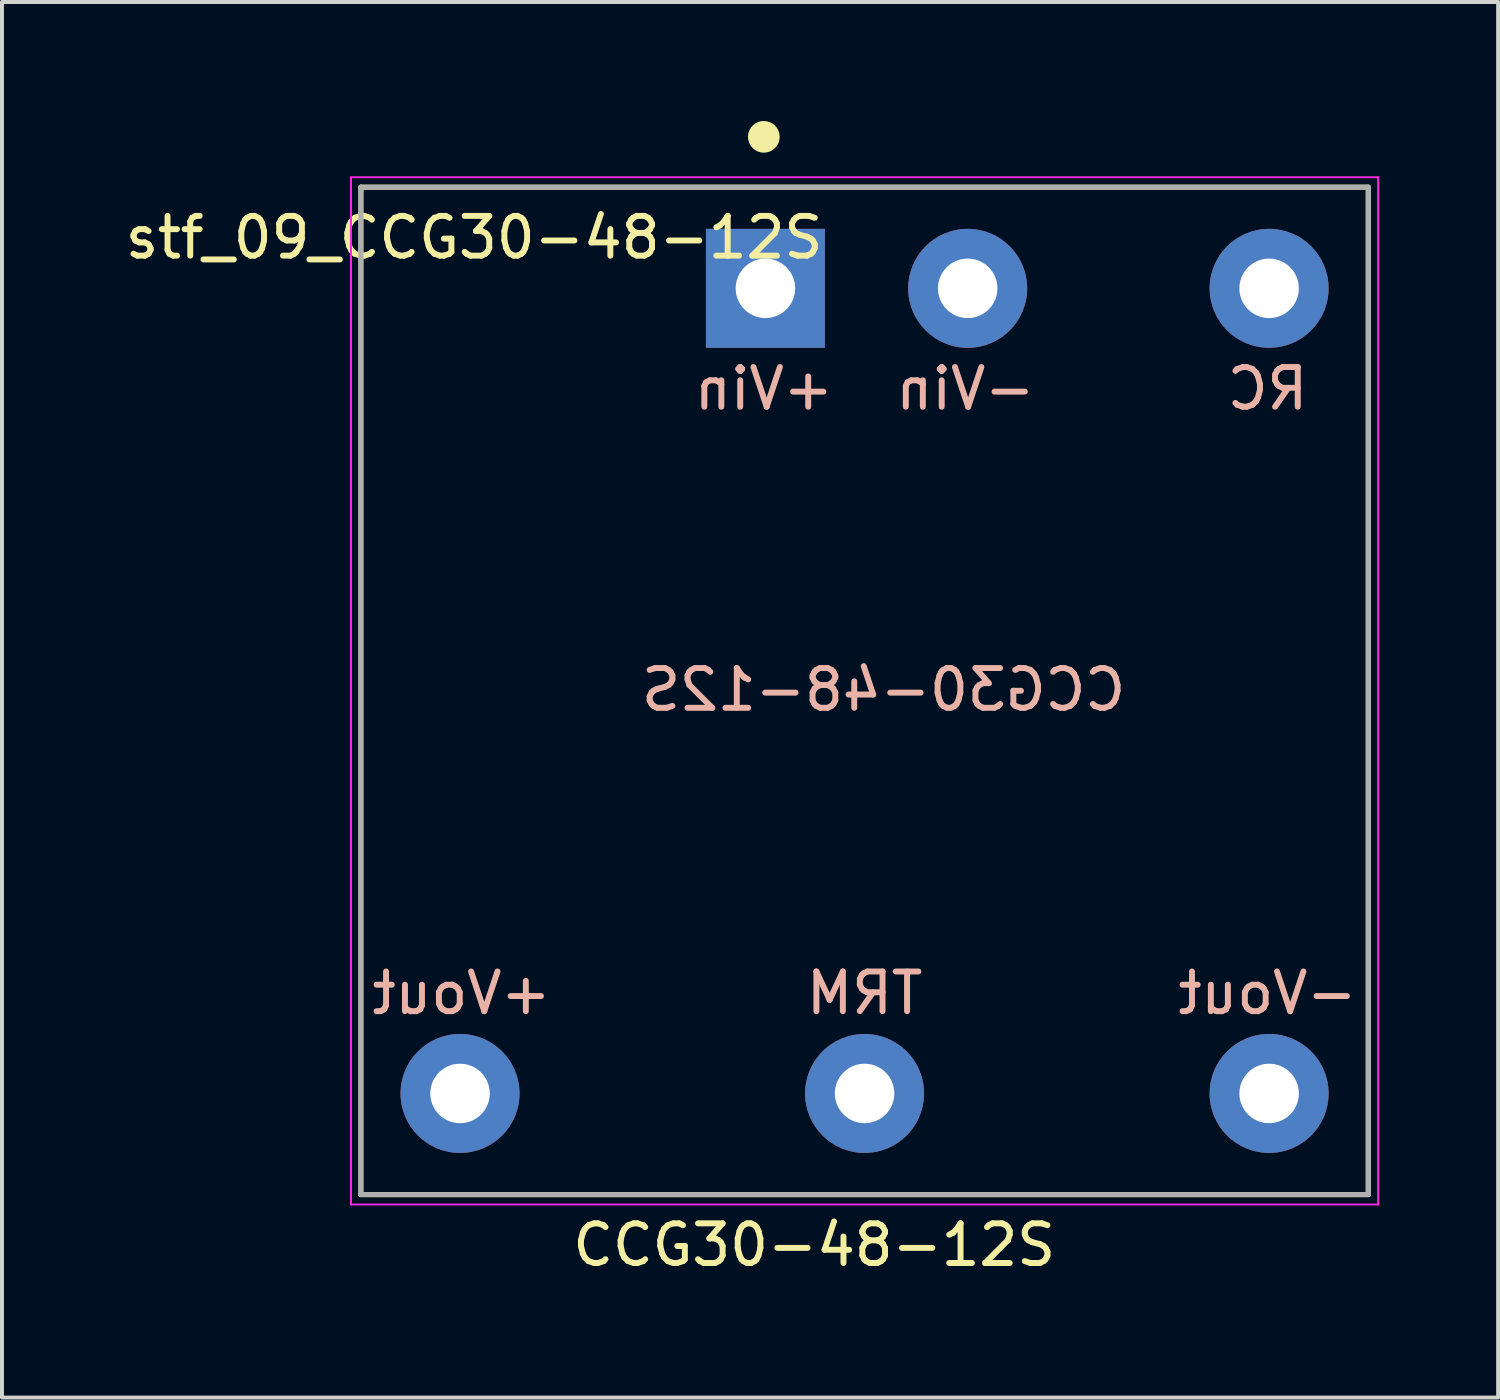
<source format=kicad_pcb>
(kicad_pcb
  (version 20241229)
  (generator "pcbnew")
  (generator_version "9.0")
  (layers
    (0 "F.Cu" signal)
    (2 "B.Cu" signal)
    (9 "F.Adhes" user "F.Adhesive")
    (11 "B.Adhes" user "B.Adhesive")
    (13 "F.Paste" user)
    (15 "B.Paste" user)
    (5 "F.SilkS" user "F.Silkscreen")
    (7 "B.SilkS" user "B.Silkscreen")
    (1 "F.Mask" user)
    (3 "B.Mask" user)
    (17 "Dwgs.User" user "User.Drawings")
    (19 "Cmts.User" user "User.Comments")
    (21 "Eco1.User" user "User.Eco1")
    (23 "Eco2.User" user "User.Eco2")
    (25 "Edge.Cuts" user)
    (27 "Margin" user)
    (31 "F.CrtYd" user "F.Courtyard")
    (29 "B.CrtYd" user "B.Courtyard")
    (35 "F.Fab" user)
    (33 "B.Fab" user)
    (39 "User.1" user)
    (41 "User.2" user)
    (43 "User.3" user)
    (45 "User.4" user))
  (footprint "stf_09_CCG30-48-12S"
    (layer "F.Cu")
    (at 18.749 14.37)
    (property "Reference" "stf_09_CCG30-48-12S" (at -9.845 -11.43 0) (layer "F.SilkS") (effects (font (size 1.002 1.002) (thickness 0.15))))
    (attr through_hole)
    (fp_line (start -12.7 -12.7) (end 12.7 -12.7) (stroke (width 0.127) (type solid)) (layer "F.SilkS"))
    (fp_line (start -12.7 12.7) (end -12.7 -12.7) (stroke (width 0.127) (type solid)) (layer "F.SilkS"))
    (fp_line (start 12.7 -12.7) (end 12.7 12.7) (stroke (width 0.127) (type solid)) (layer "F.SilkS"))
    (fp_line (start 12.7 12.7) (end -12.7 12.7) (stroke (width 0.127) (type solid)) (layer "F.SilkS"))
    (fp_circle (center -2.54 -13.97) (end -2.34 -13.97) (stroke (width 0.4) (type solid)) (fill no) (layer "F.SilkS"))
    (fp_line (start -12.95 -12.95) (end 12.95 -12.95) (stroke (width 0.05) (type solid)) (layer "F.CrtYd"))
    (fp_line (start -12.95 12.95) (end -12.95 -12.95) (stroke (width 0.05) (type solid)) (layer "F.CrtYd"))
    (fp_line (start 12.95 -12.95) (end 12.95 12.95) (stroke (width 0.05) (type solid)) (layer "F.CrtYd"))
    (fp_line (start 12.95 12.95) (end -12.95 12.95) (stroke (width 0.05) (type solid)) (layer "F.CrtYd"))
    (fp_line (start -12.7 -12.7) (end 12.7 -12.7) (stroke (width 0.127) (type solid)) (layer "F.Fab"))
    (fp_line (start -12.7 12.7) (end -12.7 -12.7) (stroke (width 0.127) (type solid)) (layer "F.Fab"))
    (fp_line (start 12.7 -12.7) (end 12.7 12.7) (stroke (width 0.127) (type solid)) (layer "F.Fab"))
    (fp_line (start 12.7 12.7) (end -12.7 12.7) (stroke (width 0.127) (type solid)) (layer "F.Fab"))
    (fp_circle (center -2.54 -10.16) (end -2.34 -10.16) (stroke (width 0.4) (type solid)) (fill no) (layer "F.Fab"))
    (fp_text user "CCG30-48-12S" (at -1.27 13.97 0) (layer "F.SilkS") (effects (font (size 1 1) (thickness 0.15))))
    (fp_text user "+Vout" (at -10.16 7.62 0) (layer "B.SilkS") (effects (font (size 1 1) (thickness 0.15)) (justify mirror)))
    (fp_text user "TRM" (at 0 7.62 0) (layer "B.SilkS") (effects (font (size 1 1) (thickness 0.15)) (justify mirror)))
    (fp_text user "RC" (at 10.16 -7.62 0) (layer "B.SilkS") (effects (font (size 1 1) (thickness 0.15)) (justify mirror)))
    (fp_text user "-Vin" (at 2.54 -7.62 0) (layer "B.SilkS") (effects (font (size 1 1) (thickness 0.15)) (justify mirror)))
    (fp_text user "+Vin" (at -2.54 -7.62 0) (layer "B.SilkS") (effects (font (size 1 1) (thickness 0.15)) (justify mirror)))
    (fp_text user "-Vout" (at 10.16 7.62 0) (layer "B.SilkS") (effects (font (size 1 1) (thickness 0.15)) (justify mirror)))
    (fp_text user "CCG30-48-12S" (at 0.48 -0.03 0) (layer "B.SilkS") (effects (font (size 1.003 1.003) (thickness 0.15)) (justify mirror)))
    (pad "1" thru_hole rect (at -2.5 -10.15) (size 3 3) (drill 1.5) (layers "*.Cu" "*.Mask"))
    (pad "2" thru_hole circle (at 2.6 -10.15) (size 3 3) (drill 1.5) (layers "*.Cu" "*.Mask"))
    (pad "3" thru_hole circle (at -10.2 10.15) (size 3 3) (drill 1.5) (layers "*.Cu" "*.Mask"))
    (pad "4" thru_hole circle (at 0 10.15) (size 3 3) (drill 1.5) (layers "*.Cu" "*.Mask"))
    (pad "5" thru_hole circle (at 10.2 10.15) (size 3 3) (drill 1.5) (layers "*.Cu" "*.Mask"))
    (pad "6" thru_hole circle (at 10.2 -10.15) (size 3 3) (drill 1.5) (layers "*.Cu" "*.Mask")))
  (gr_rect
    (start -3 -3)
    (end 34.724 32.188)
    (stroke (width 0.1) (type default))
    (fill no)
    (layer "Edge.Cuts")))
</source>
